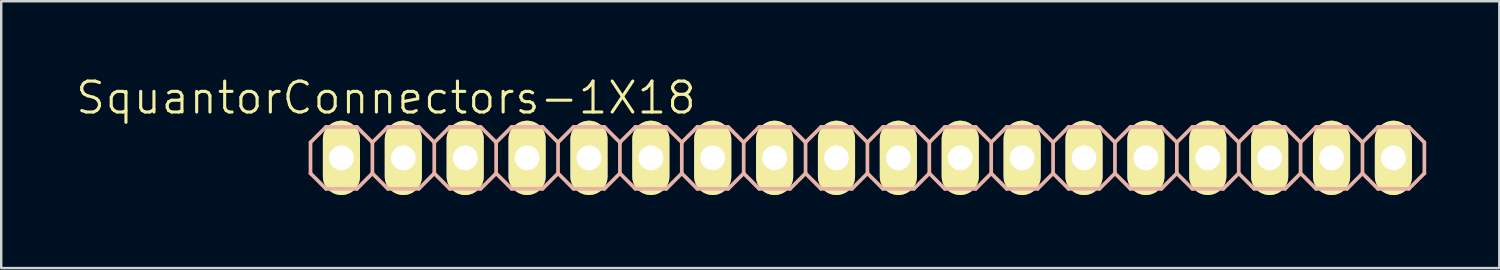
<source format=kicad_pcb>
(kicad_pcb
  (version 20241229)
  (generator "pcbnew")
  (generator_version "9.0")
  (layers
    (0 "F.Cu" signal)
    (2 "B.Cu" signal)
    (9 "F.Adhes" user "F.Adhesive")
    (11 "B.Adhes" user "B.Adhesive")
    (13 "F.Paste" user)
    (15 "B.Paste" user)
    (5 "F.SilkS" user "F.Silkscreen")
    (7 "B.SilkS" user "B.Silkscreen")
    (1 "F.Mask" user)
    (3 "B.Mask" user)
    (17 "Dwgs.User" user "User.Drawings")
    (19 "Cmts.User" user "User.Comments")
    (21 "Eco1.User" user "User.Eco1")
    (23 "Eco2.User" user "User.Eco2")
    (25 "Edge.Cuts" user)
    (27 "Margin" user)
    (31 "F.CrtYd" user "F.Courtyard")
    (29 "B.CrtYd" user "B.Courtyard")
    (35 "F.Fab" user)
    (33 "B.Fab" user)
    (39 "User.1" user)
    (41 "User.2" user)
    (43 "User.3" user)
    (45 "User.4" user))
  (footprint "SquantorConnectors-1X18"
    (layer "F.Cu")
    (at 32.555 3.43)
    (property "Reference" "SquantorConnectors-1X18" (at -19.761 -2.464 0) (layer "F.SilkS") (effects (font (size 1.27 1.27) (thickness 0.127))))
    (attr exclude_from_pos_files exclude_from_bom)
    (fp_line (start -21.844 -0.254) (end -21.336 -0.254) (stroke (width 0.066) (type solid)) (layer "F.SilkS"))
    (fp_line (start -21.844 0.254) (end -21.844 -0.254) (stroke (width 0.066) (type solid)) (layer "F.SilkS"))
    (fp_line (start -21.844 0.254) (end -21.336 0.254) (stroke (width 0.066) (type solid)) (layer "F.SilkS"))
    (fp_line (start -21.336 0.254) (end -21.336 -0.254) (stroke (width 0.066) (type solid)) (layer "F.SilkS"))
    (fp_line (start -19.304 -0.254) (end -18.796 -0.254) (stroke (width 0.066) (type solid)) (layer "F.SilkS"))
    (fp_line (start -19.304 0.254) (end -19.304 -0.254) (stroke (width 0.066) (type solid)) (layer "F.SilkS"))
    (fp_line (start -19.304 0.254) (end -18.796 0.254) (stroke (width 0.066) (type solid)) (layer "F.SilkS"))
    (fp_line (start -18.796 0.254) (end -18.796 -0.254) (stroke (width 0.066) (type solid)) (layer "F.SilkS"))
    (fp_line (start -16.764 -0.254) (end -16.256 -0.254) (stroke (width 0.066) (type solid)) (layer "F.SilkS"))
    (fp_line (start -16.764 0.254) (end -16.764 -0.254) (stroke (width 0.066) (type solid)) (layer "F.SilkS"))
    (fp_line (start -16.764 0.254) (end -16.256 0.254) (stroke (width 0.066) (type solid)) (layer "F.SilkS"))
    (fp_line (start -16.256 0.254) (end -16.256 -0.254) (stroke (width 0.066) (type solid)) (layer "F.SilkS"))
    (fp_line (start -14.224 -0.254) (end -13.716 -0.254) (stroke (width 0.066) (type solid)) (layer "F.SilkS"))
    (fp_line (start -14.224 0.254) (end -14.224 -0.254) (stroke (width 0.066) (type solid)) (layer "F.SilkS"))
    (fp_line (start -14.224 0.254) (end -13.716 0.254) (stroke (width 0.066) (type solid)) (layer "F.SilkS"))
    (fp_line (start -13.716 0.254) (end -13.716 -0.254) (stroke (width 0.066) (type solid)) (layer "F.SilkS"))
    (fp_line (start -11.684 -0.254) (end -11.176 -0.254) (stroke (width 0.066) (type solid)) (layer "F.SilkS"))
    (fp_line (start -11.684 0.254) (end -11.684 -0.254) (stroke (width 0.066) (type solid)) (layer "F.SilkS"))
    (fp_line (start -11.684 0.254) (end -11.176 0.254) (stroke (width 0.066) (type solid)) (layer "F.SilkS"))
    (fp_line (start -11.176 0.254) (end -11.176 -0.254) (stroke (width 0.066) (type solid)) (layer "F.SilkS"))
    (fp_line (start -9.144 -0.254) (end -8.636 -0.254) (stroke (width 0.066) (type solid)) (layer "F.SilkS"))
    (fp_line (start -9.144 0.254) (end -9.144 -0.254) (stroke (width 0.066) (type solid)) (layer "F.SilkS"))
    (fp_line (start -9.144 0.254) (end -8.636 0.254) (stroke (width 0.066) (type solid)) (layer "F.SilkS"))
    (fp_line (start -8.636 0.254) (end -8.636 -0.254) (stroke (width 0.066) (type solid)) (layer "F.SilkS"))
    (fp_line (start -6.604 -0.254) (end -6.096 -0.254) (stroke (width 0.066) (type solid)) (layer "F.SilkS"))
    (fp_line (start -6.604 0.254) (end -6.604 -0.254) (stroke (width 0.066) (type solid)) (layer "F.SilkS"))
    (fp_line (start -6.604 0.254) (end -6.096 0.254) (stroke (width 0.066) (type solid)) (layer "F.SilkS"))
    (fp_line (start -6.096 0.254) (end -6.096 -0.254) (stroke (width 0.066) (type solid)) (layer "F.SilkS"))
    (fp_line (start -4.064 -0.254) (end -3.556 -0.254) (stroke (width 0.066) (type solid)) (layer "F.SilkS"))
    (fp_line (start -4.064 0.254) (end -4.064 -0.254) (stroke (width 0.066) (type solid)) (layer "F.SilkS"))
    (fp_line (start -4.064 0.254) (end -3.556 0.254) (stroke (width 0.066) (type solid)) (layer "F.SilkS"))
    (fp_line (start -3.556 0.254) (end -3.556 -0.254) (stroke (width 0.066) (type solid)) (layer "F.SilkS"))
    (fp_line (start -1.524 -0.254) (end -1.016 -0.254) (stroke (width 0.066) (type solid)) (layer "F.SilkS"))
    (fp_line (start -1.524 0.254) (end -1.524 -0.254) (stroke (width 0.066) (type solid)) (layer "F.SilkS"))
    (fp_line (start -1.524 0.254) (end -1.016 0.254) (stroke (width 0.066) (type solid)) (layer "F.SilkS"))
    (fp_line (start -1.016 0.254) (end -1.016 -0.254) (stroke (width 0.066) (type solid)) (layer "F.SilkS"))
    (fp_line (start 1.016 -0.254) (end 1.524 -0.254) (stroke (width 0.066) (type solid)) (layer "F.SilkS"))
    (fp_line (start 1.016 0.254) (end 1.016 -0.254) (stroke (width 0.066) (type solid)) (layer "F.SilkS"))
    (fp_line (start 1.016 0.254) (end 1.524 0.254) (stroke (width 0.066) (type solid)) (layer "F.SilkS"))
    (fp_line (start 1.524 0.254) (end 1.524 -0.254) (stroke (width 0.066) (type solid)) (layer "F.SilkS"))
    (fp_line (start 3.556 -0.254) (end 4.064 -0.254) (stroke (width 0.066) (type solid)) (layer "F.SilkS"))
    (fp_line (start 3.556 0.254) (end 3.556 -0.254) (stroke (width 0.066) (type solid)) (layer "F.SilkS"))
    (fp_line (start 3.556 0.254) (end 4.064 0.254) (stroke (width 0.066) (type solid)) (layer "F.SilkS"))
    (fp_line (start 4.064 0.254) (end 4.064 -0.254) (stroke (width 0.066) (type solid)) (layer "F.SilkS"))
    (fp_line (start 6.096 -0.254) (end 6.604 -0.254) (stroke (width 0.066) (type solid)) (layer "F.SilkS"))
    (fp_line (start 6.096 0.254) (end 6.096 -0.254) (stroke (width 0.066) (type solid)) (layer "F.SilkS"))
    (fp_line (start 6.096 0.254) (end 6.604 0.254) (stroke (width 0.066) (type solid)) (layer "F.SilkS"))
    (fp_line (start 6.604 0.254) (end 6.604 -0.254) (stroke (width 0.066) (type solid)) (layer "F.SilkS"))
    (fp_line (start 8.636 -0.254) (end 9.144 -0.254) (stroke (width 0.066) (type solid)) (layer "F.SilkS"))
    (fp_line (start 8.636 0.254) (end 8.636 -0.254) (stroke (width 0.066) (type solid)) (layer "F.SilkS"))
    (fp_line (start 8.636 0.254) (end 9.144 0.254) (stroke (width 0.066) (type solid)) (layer "F.SilkS"))
    (fp_line (start 9.144 0.254) (end 9.144 -0.254) (stroke (width 0.066) (type solid)) (layer "F.SilkS"))
    (fp_line (start 11.176 -0.254) (end 11.684 -0.254) (stroke (width 0.066) (type solid)) (layer "F.SilkS"))
    (fp_line (start 11.176 0.254) (end 11.176 -0.254) (stroke (width 0.066) (type solid)) (layer "F.SilkS"))
    (fp_line (start 11.176 0.254) (end 11.684 0.254) (stroke (width 0.066) (type solid)) (layer "F.SilkS"))
    (fp_line (start 11.684 0.254) (end 11.684 -0.254) (stroke (width 0.066) (type solid)) (layer "F.SilkS"))
    (fp_line (start 13.716 -0.254) (end 14.224 -0.254) (stroke (width 0.066) (type solid)) (layer "F.SilkS"))
    (fp_line (start 13.716 0.254) (end 13.716 -0.254) (stroke (width 0.066) (type solid)) (layer "F.SilkS"))
    (fp_line (start 13.716 0.254) (end 14.224 0.254) (stroke (width 0.066) (type solid)) (layer "F.SilkS"))
    (fp_line (start 14.224 0.254) (end 14.224 -0.254) (stroke (width 0.066) (type solid)) (layer "F.SilkS"))
    (fp_line (start 16.256 -0.254) (end 16.764 -0.254) (stroke (width 0.066) (type solid)) (layer "F.SilkS"))
    (fp_line (start 16.256 0.254) (end 16.256 -0.254) (stroke (width 0.066) (type solid)) (layer "F.SilkS"))
    (fp_line (start 16.256 0.254) (end 16.764 0.254) (stroke (width 0.066) (type solid)) (layer "F.SilkS"))
    (fp_line (start 16.764 0.254) (end 16.764 -0.254) (stroke (width 0.066) (type solid)) (layer "F.SilkS"))
    (fp_line (start 18.796 -0.254) (end 19.304 -0.254) (stroke (width 0.066) (type solid)) (layer "F.SilkS"))
    (fp_line (start 18.796 0.254) (end 18.796 -0.254) (stroke (width 0.066) (type solid)) (layer "F.SilkS"))
    (fp_line (start 18.796 0.254) (end 19.304 0.254) (stroke (width 0.066) (type solid)) (layer "F.SilkS"))
    (fp_line (start 19.304 0.254) (end 19.304 -0.254) (stroke (width 0.066) (type solid)) (layer "F.SilkS"))
    (fp_line (start 21.336 -0.254) (end 21.844 -0.254) (stroke (width 0.066) (type solid)) (layer "F.SilkS"))
    (fp_line (start 21.336 0.254) (end 21.336 -0.254) (stroke (width 0.066) (type solid)) (layer "F.SilkS"))
    (fp_line (start 21.336 0.254) (end 21.844 0.254) (stroke (width 0.066) (type solid)) (layer "F.SilkS"))
    (fp_line (start 21.844 0.254) (end 21.844 -0.254) (stroke (width 0.066) (type solid)) (layer "F.SilkS"))
    (fp_line (start -22.86 -0.635) (end -22.86 0.635) (stroke (width 0.152) (type solid)) (layer "B.SilkS"))
    (fp_line (start -22.86 0.635) (end -22.225 1.27) (stroke (width 0.152) (type solid)) (layer "B.SilkS"))
    (fp_line (start -22.225 -1.27) (end -22.86 -0.635) (stroke (width 0.152) (type solid)) (layer "B.SilkS"))
    (fp_line (start -22.225 -1.27) (end -20.955 -1.27) (stroke (width 0.152) (type solid)) (layer "B.SilkS"))
    (fp_line (start -20.955 -1.27) (end -20.32 -0.635) (stroke (width 0.152) (type solid)) (layer "B.SilkS"))
    (fp_line (start -20.955 1.27) (end -22.225 1.27) (stroke (width 0.152) (type solid)) (layer "B.SilkS"))
    (fp_line (start -20.32 -0.635) (end -20.32 0.635) (stroke (width 0.152) (type solid)) (layer "B.SilkS"))
    (fp_line (start -20.32 -0.635) (end -19.685 -1.27) (stroke (width 0.152) (type solid)) (layer "B.SilkS"))
    (fp_line (start -20.32 0.635) (end -20.955 1.27) (stroke (width 0.152) (type solid)) (layer "B.SilkS"))
    (fp_line (start -19.685 -1.27) (end -18.415 -1.27) (stroke (width 0.152) (type solid)) (layer "B.SilkS"))
    (fp_line (start -19.685 1.27) (end -20.32 0.635) (stroke (width 0.152) (type solid)) (layer "B.SilkS"))
    (fp_line (start -18.415 -1.27) (end -17.78 -0.635) (stroke (width 0.152) (type solid)) (layer "B.SilkS"))
    (fp_line (start -18.415 1.27) (end -19.685 1.27) (stroke (width 0.152) (type solid)) (layer "B.SilkS"))
    (fp_line (start -17.78 -0.635) (end -17.78 0.635) (stroke (width 0.152) (type solid)) (layer "B.SilkS"))
    (fp_line (start -17.78 -0.635) (end -17.145 -1.27) (stroke (width 0.152) (type solid)) (layer "B.SilkS"))
    (fp_line (start -17.78 0.635) (end -18.415 1.27) (stroke (width 0.152) (type solid)) (layer "B.SilkS"))
    (fp_line (start -17.145 -1.27) (end -15.875 -1.27) (stroke (width 0.152) (type solid)) (layer "B.SilkS"))
    (fp_line (start -17.145 1.27) (end -17.78 0.635) (stroke (width 0.152) (type solid)) (layer "B.SilkS"))
    (fp_line (start -15.875 -1.27) (end -15.24 -0.635) (stroke (width 0.152) (type solid)) (layer "B.SilkS"))
    (fp_line (start -15.875 1.27) (end -17.145 1.27) (stroke (width 0.152) (type solid)) (layer "B.SilkS"))
    (fp_line (start -15.24 -0.635) (end -15.24 0.635) (stroke (width 0.152) (type solid)) (layer "B.SilkS"))
    (fp_line (start -15.24 0.635) (end -15.875 1.27) (stroke (width 0.152) (type solid)) (layer "B.SilkS"))
    (fp_line (start -15.24 0.635) (end -14.605 1.27) (stroke (width 0.152) (type solid)) (layer "B.SilkS"))
    (fp_line (start -14.605 -1.27) (end -15.24 -0.635) (stroke (width 0.152) (type solid)) (layer "B.SilkS"))
    (fp_line (start -14.605 -1.27) (end -13.335 -1.27) (stroke (width 0.152) (type solid)) (layer "B.SilkS"))
    (fp_line (start -13.335 -1.27) (end -12.7 -0.635) (stroke (width 0.152) (type solid)) (layer "B.SilkS"))
    (fp_line (start -13.335 1.27) (end -14.605 1.27) (stroke (width 0.152) (type solid)) (layer "B.SilkS"))
    (fp_line (start -12.7 -0.635) (end -12.7 0.635) (stroke (width 0.152) (type solid)) (layer "B.SilkS"))
    (fp_line (start -12.7 -0.635) (end -12.065 -1.27) (stroke (width 0.152) (type solid)) (layer "B.SilkS"))
    (fp_line (start -12.7 0.635) (end -13.335 1.27) (stroke (width 0.152) (type solid)) (layer "B.SilkS"))
    (fp_line (start -12.065 -1.27) (end -10.795 -1.27) (stroke (width 0.152) (type solid)) (layer "B.SilkS"))
    (fp_line (start -12.065 1.27) (end -12.7 0.635) (stroke (width 0.152) (type solid)) (layer "B.SilkS"))
    (fp_line (start -10.795 -1.27) (end -10.16 -0.635) (stroke (width 0.152) (type solid)) (layer "B.SilkS"))
    (fp_line (start -10.795 1.27) (end -12.065 1.27) (stroke (width 0.152) (type solid)) (layer "B.SilkS"))
    (fp_line (start -10.16 -0.635) (end -10.16 0.635) (stroke (width 0.152) (type solid)) (layer "B.SilkS"))
    (fp_line (start -10.16 -0.635) (end -9.525 -1.27) (stroke (width 0.152) (type solid)) (layer "B.SilkS"))
    (fp_line (start -10.16 0.635) (end -10.795 1.27) (stroke (width 0.152) (type solid)) (layer "B.SilkS"))
    (fp_line (start -9.525 -1.27) (end -8.255 -1.27) (stroke (width 0.152) (type solid)) (layer "B.SilkS"))
    (fp_line (start -9.525 1.27) (end -10.16 0.635) (stroke (width 0.152) (type solid)) (layer "B.SilkS"))
    (fp_line (start -8.255 -1.27) (end -7.62 -0.635) (stroke (width 0.152) (type solid)) (layer "B.SilkS"))
    (fp_line (start -8.255 1.27) (end -9.525 1.27) (stroke (width 0.152) (type solid)) (layer "B.SilkS"))
    (fp_line (start -7.62 -0.635) (end -7.62 0.635) (stroke (width 0.152) (type solid)) (layer "B.SilkS"))
    (fp_line (start -7.62 0.635) (end -8.255 1.27) (stroke (width 0.152) (type solid)) (layer "B.SilkS"))
    (fp_line (start -7.62 0.635) (end -6.985 1.27) (stroke (width 0.152) (type solid)) (layer "B.SilkS"))
    (fp_line (start -6.985 -1.27) (end -7.62 -0.635) (stroke (width 0.152) (type solid)) (layer "B.SilkS"))
    (fp_line (start -6.985 -1.27) (end -5.715 -1.27) (stroke (width 0.152) (type solid)) (layer "B.SilkS"))
    (fp_line (start -5.715 -1.27) (end -5.08 -0.635) (stroke (width 0.152) (type solid)) (layer "B.SilkS"))
    (fp_line (start -5.715 1.27) (end -6.985 1.27) (stroke (width 0.152) (type solid)) (layer "B.SilkS"))
    (fp_line (start -5.08 -0.635) (end -5.08 0.635) (stroke (width 0.152) (type solid)) (layer "B.SilkS"))
    (fp_line (start -5.08 -0.635) (end -4.445 -1.27) (stroke (width 0.152) (type solid)) (layer "B.SilkS"))
    (fp_line (start -5.08 0.635) (end -5.715 1.27) (stroke (width 0.152) (type solid)) (layer "B.SilkS"))
    (fp_line (start -4.445 -1.27) (end -3.175 -1.27) (stroke (width 0.152) (type solid)) (layer "B.SilkS"))
    (fp_line (start -4.445 1.27) (end -5.08 0.635) (stroke (width 0.152) (type solid)) (layer "B.SilkS"))
    (fp_line (start -3.175 -1.27) (end -2.54 -0.635) (stroke (width 0.152) (type solid)) (layer "B.SilkS"))
    (fp_line (start -3.175 1.27) (end -4.445 1.27) (stroke (width 0.152) (type solid)) (layer "B.SilkS"))
    (fp_line (start -2.54 -0.635) (end -2.54 0.635) (stroke (width 0.152) (type solid)) (layer "B.SilkS"))
    (fp_line (start -2.54 -0.635) (end -1.905 -1.27) (stroke (width 0.152) (type solid)) (layer "B.SilkS"))
    (fp_line (start -2.54 0.635) (end -3.175 1.27) (stroke (width 0.152) (type solid)) (layer "B.SilkS"))
    (fp_line (start -1.905 -1.27) (end -0.635 -1.27) (stroke (width 0.152) (type solid)) (layer "B.SilkS"))
    (fp_line (start -1.905 1.27) (end -2.54 0.635) (stroke (width 0.152) (type solid)) (layer "B.SilkS"))
    (fp_line (start -0.635 -1.27) (end 0 -0.635) (stroke (width 0.152) (type solid)) (layer "B.SilkS"))
    (fp_line (start -0.635 1.27) (end -1.905 1.27) (stroke (width 0.152) (type solid)) (layer "B.SilkS"))
    (fp_line (start 0 -0.635) (end 0 0.635) (stroke (width 0.152) (type solid)) (layer "B.SilkS"))
    (fp_line (start 0 0.635) (end -0.635 1.27) (stroke (width 0.152) (type solid)) (layer "B.SilkS"))
    (fp_line (start 0 0.635) (end 0.635 1.27) (stroke (width 0.152) (type solid)) (layer "B.SilkS"))
    (fp_line (start 0.635 -1.27) (end 0 -0.635) (stroke (width 0.152) (type solid)) (layer "B.SilkS"))
    (fp_line (start 0.635 -1.27) (end 1.905 -1.27) (stroke (width 0.152) (type solid)) (layer "B.SilkS"))
    (fp_line (start 1.905 -1.27) (end 2.54 -0.635) (stroke (width 0.152) (type solid)) (layer "B.SilkS"))
    (fp_line (start 1.905 1.27) (end 0.635 1.27) (stroke (width 0.152) (type solid)) (layer "B.SilkS"))
    (fp_line (start 2.54 -0.635) (end 2.54 0.635) (stroke (width 0.152) (type solid)) (layer "B.SilkS"))
    (fp_line (start 2.54 -0.635) (end 3.175 -1.27) (stroke (width 0.152) (type solid)) (layer "B.SilkS"))
    (fp_line (start 2.54 0.635) (end 1.905 1.27) (stroke (width 0.152) (type solid)) (layer "B.SilkS"))
    (fp_line (start 3.175 -1.27) (end 4.445 -1.27) (stroke (width 0.152) (type solid)) (layer "B.SilkS"))
    (fp_line (start 3.175 1.27) (end 2.54 0.635) (stroke (width 0.152) (type solid)) (layer "B.SilkS"))
    (fp_line (start 4.445 -1.27) (end 5.08 -0.635) (stroke (width 0.152) (type solid)) (layer "B.SilkS"))
    (fp_line (start 4.445 1.27) (end 3.175 1.27) (stroke (width 0.152) (type solid)) (layer "B.SilkS"))
    (fp_line (start 5.08 -0.635) (end 5.08 0.635) (stroke (width 0.152) (type solid)) (layer "B.SilkS"))
    (fp_line (start 5.08 -0.635) (end 5.715 -1.27) (stroke (width 0.152) (type solid)) (layer "B.SilkS"))
    (fp_line (start 5.08 0.635) (end 4.445 1.27) (stroke (width 0.152) (type solid)) (layer "B.SilkS"))
    (fp_line (start 5.715 -1.27) (end 6.985 -1.27) (stroke (width 0.152) (type solid)) (layer "B.SilkS"))
    (fp_line (start 5.715 1.27) (end 5.08 0.635) (stroke (width 0.152) (type solid)) (layer "B.SilkS"))
    (fp_line (start 6.985 -1.27) (end 7.62 -0.635) (stroke (width 0.152) (type solid)) (layer "B.SilkS"))
    (fp_line (start 6.985 1.27) (end 5.715 1.27) (stroke (width 0.152) (type solid)) (layer "B.SilkS"))
    (fp_line (start 7.62 -0.635) (end 7.62 0.635) (stroke (width 0.152) (type solid)) (layer "B.SilkS"))
    (fp_line (start 7.62 0.635) (end 6.985 1.27) (stroke (width 0.152) (type solid)) (layer "B.SilkS"))
    (fp_line (start 7.62 0.635) (end 8.255 1.27) (stroke (width 0.152) (type solid)) (layer "B.SilkS"))
    (fp_line (start 8.255 -1.27) (end 7.62 -0.635) (stroke (width 0.152) (type solid)) (layer "B.SilkS"))
    (fp_line (start 8.255 -1.27) (end 9.525 -1.27) (stroke (width 0.152) (type solid)) (layer "B.SilkS"))
    (fp_line (start 9.525 -1.27) (end 10.16 -0.635) (stroke (width 0.152) (type solid)) (layer "B.SilkS"))
    (fp_line (start 9.525 1.27) (end 8.255 1.27) (stroke (width 0.152) (type solid)) (layer "B.SilkS"))
    (fp_line (start 10.16 -0.635) (end 10.16 0.635) (stroke (width 0.152) (type solid)) (layer "B.SilkS"))
    (fp_line (start 10.16 -0.635) (end 10.795 -1.27) (stroke (width 0.152) (type solid)) (layer "B.SilkS"))
    (fp_line (start 10.16 0.635) (end 9.525 1.27) (stroke (width 0.152) (type solid)) (layer "B.SilkS"))
    (fp_line (start 10.795 -1.27) (end 12.065 -1.27) (stroke (width 0.152) (type solid)) (layer "B.SilkS"))
    (fp_line (start 10.795 1.27) (end 10.16 0.635) (stroke (width 0.152) (type solid)) (layer "B.SilkS"))
    (fp_line (start 12.065 -1.27) (end 12.7 -0.635) (stroke (width 0.152) (type solid)) (layer "B.SilkS"))
    (fp_line (start 12.065 1.27) (end 10.795 1.27) (stroke (width 0.152) (type solid)) (layer "B.SilkS"))
    (fp_line (start 12.7 -0.635) (end 12.7 0.635) (stroke (width 0.152) (type solid)) (layer "B.SilkS"))
    (fp_line (start 12.7 -0.635) (end 13.335 -1.27) (stroke (width 0.152) (type solid)) (layer "B.SilkS"))
    (fp_line (start 12.7 0.635) (end 12.065 1.27) (stroke (width 0.152) (type solid)) (layer "B.SilkS"))
    (fp_line (start 13.335 -1.27) (end 14.605 -1.27) (stroke (width 0.152) (type solid)) (layer "B.SilkS"))
    (fp_line (start 13.335 1.27) (end 12.7 0.635) (stroke (width 0.152) (type solid)) (layer "B.SilkS"))
    (fp_line (start 14.605 -1.27) (end 15.24 -0.635) (stroke (width 0.152) (type solid)) (layer "B.SilkS"))
    (fp_line (start 14.605 1.27) (end 13.335 1.27) (stroke (width 0.152) (type solid)) (layer "B.SilkS"))
    (fp_line (start 15.24 -0.635) (end 15.24 0.635) (stroke (width 0.152) (type solid)) (layer "B.SilkS"))
    (fp_line (start 15.24 0.635) (end 14.605 1.27) (stroke (width 0.152) (type solid)) (layer "B.SilkS"))
    (fp_line (start 15.24 0.635) (end 15.875 1.27) (stroke (width 0.152) (type solid)) (layer "B.SilkS"))
    (fp_line (start 15.875 -1.27) (end 15.24 -0.635) (stroke (width 0.152) (type solid)) (layer "B.SilkS"))
    (fp_line (start 15.875 -1.27) (end 17.145 -1.27) (stroke (width 0.152) (type solid)) (layer "B.SilkS"))
    (fp_line (start 17.145 -1.27) (end 17.78 -0.635) (stroke (width 0.152) (type solid)) (layer "B.SilkS"))
    (fp_line (start 17.145 1.27) (end 15.875 1.27) (stroke (width 0.152) (type solid)) (layer "B.SilkS"))
    (fp_line (start 17.78 -0.635) (end 17.78 0.635) (stroke (width 0.152) (type solid)) (layer "B.SilkS"))
    (fp_line (start 17.78 -0.635) (end 18.415 -1.27) (stroke (width 0.152) (type solid)) (layer "B.SilkS"))
    (fp_line (start 17.78 0.635) (end 17.145 1.27) (stroke (width 0.152) (type solid)) (layer "B.SilkS"))
    (fp_line (start 18.415 -1.27) (end 19.685 -1.27) (stroke (width 0.152) (type solid)) (layer "B.SilkS"))
    (fp_line (start 18.415 1.27) (end 17.78 0.635) (stroke (width 0.152) (type solid)) (layer "B.SilkS"))
    (fp_line (start 19.685 -1.27) (end 20.32 -0.635) (stroke (width 0.152) (type solid)) (layer "B.SilkS"))
    (fp_line (start 19.685 1.27) (end 18.415 1.27) (stroke (width 0.152) (type solid)) (layer "B.SilkS"))
    (fp_line (start 20.32 -0.635) (end 20.32 0.635) (stroke (width 0.152) (type solid)) (layer "B.SilkS"))
    (fp_line (start 20.32 -0.635) (end 20.955 -1.27) (stroke (width 0.152) (type solid)) (layer "B.SilkS"))
    (fp_line (start 20.32 0.635) (end 19.685 1.27) (stroke (width 0.152) (type solid)) (layer "B.SilkS"))
    (fp_line (start 20.955 -1.27) (end 22.225 -1.27) (stroke (width 0.152) (type solid)) (layer "B.SilkS"))
    (fp_line (start 20.955 1.27) (end 20.32 0.635) (stroke (width 0.152) (type solid)) (layer "B.SilkS"))
    (fp_line (start 22.225 -1.27) (end 22.86 -0.635) (stroke (width 0.152) (type solid)) (layer "B.SilkS"))
    (fp_line (start 22.225 1.27) (end 20.955 1.27) (stroke (width 0.152) (type solid)) (layer "B.SilkS"))
    (fp_line (start 22.86 -0.635) (end 22.86 0.635) (stroke (width 0.152) (type solid)) (layer "B.SilkS"))
    (fp_line (start 22.86 0.635) (end 22.225 1.27) (stroke (width 0.152) (type solid)) (layer "B.SilkS"))
    (pad "1" thru_hole oval (at -21.59 0 180) (size 1.524 3.048) (drill 1.016) (layers "*.Cu" "F.Mask" "F.SilkS" "F.Paste"))
    (pad "2" thru_hole oval (at -19.05 0 180) (size 1.524 3.048) (drill 1.016) (layers "*.Cu" "F.Mask" "F.SilkS" "F.Paste"))
    (pad "3" thru_hole oval (at -16.51 0 180) (size 1.524 3.048) (drill 1.016) (layers "*.Cu" "F.Mask" "F.SilkS" "F.Paste"))
    (pad "4" thru_hole oval (at -13.97 0 180) (size 1.524 3.048) (drill 1.016) (layers "*.Cu" "F.Mask" "F.SilkS" "F.Paste"))
    (pad "5" thru_hole oval (at -11.43 0 180) (size 1.524 3.048) (drill 1.016) (layers "*.Cu" "F.Mask" "F.SilkS" "F.Paste"))
    (pad "6" thru_hole oval (at -8.89 0 180) (size 1.524 3.048) (drill 1.016) (layers "*.Cu" "F.Mask" "F.SilkS" "F.Paste"))
    (pad "7" thru_hole oval (at -6.35 0 180) (size 1.524 3.048) (drill 1.016) (layers "*.Cu" "F.Mask" "F.SilkS" "F.Paste"))
    (pad "8" thru_hole oval (at -3.81 0 180) (size 1.524 3.048) (drill 1.016) (layers "*.Cu" "F.Mask" "F.SilkS" "F.Paste"))
    (pad "9" thru_hole oval (at -1.27 0 180) (size 1.524 3.048) (drill 1.016) (layers "*.Cu" "F.Mask" "F.SilkS" "F.Paste"))
    (pad "10" thru_hole oval (at 1.27 0 180) (size 1.524 3.048) (drill 1.016) (layers "*.Cu" "F.Mask" "F.SilkS" "F.Paste"))
    (pad "11" thru_hole oval (at 3.81 0 180) (size 1.524 3.048) (drill 1.016) (layers "*.Cu" "F.Mask" "F.SilkS" "F.Paste"))
    (pad "12" thru_hole oval (at 6.35 0 180) (size 1.524 3.048) (drill 1.016) (layers "*.Cu" "F.Mask" "F.SilkS" "F.Paste"))
    (pad "13" thru_hole oval (at 8.89 0 180) (size 1.524 3.048) (drill 1.016) (layers "*.Cu" "F.Mask" "F.SilkS" "F.Paste"))
    (pad "14" thru_hole oval (at 11.43 0 180) (size 1.524 3.048) (drill 1.016) (layers "*.Cu" "F.Mask" "F.SilkS" "F.Paste"))
    (pad "15" thru_hole oval (at 13.97 0 180) (size 1.524 3.048) (drill 1.016) (layers "*.Cu" "F.Mask" "F.SilkS" "F.Paste"))
    (pad "16" thru_hole oval (at 16.51 0 180) (size 1.524 3.048) (drill 1.016) (layers "*.Cu" "F.Mask" "F.SilkS" "F.Paste"))
    (pad "17" thru_hole oval (at 19.05 0 180) (size 1.524 3.048) (drill 1.016) (layers "*.Cu" "F.Mask" "F.SilkS" "F.Paste"))
    (pad "18" thru_hole oval (at 21.59 0 180) (size 1.524 3.048) (drill 1.016) (layers "*.Cu" "F.Mask" "F.SilkS" "F.Paste")))
  (gr_rect
    (start -3 -3)
    (end 58.491 7.954)
    (stroke (width 0.1) (type default))
    (fill no)
    (layer "Edge.Cuts")))
</source>
